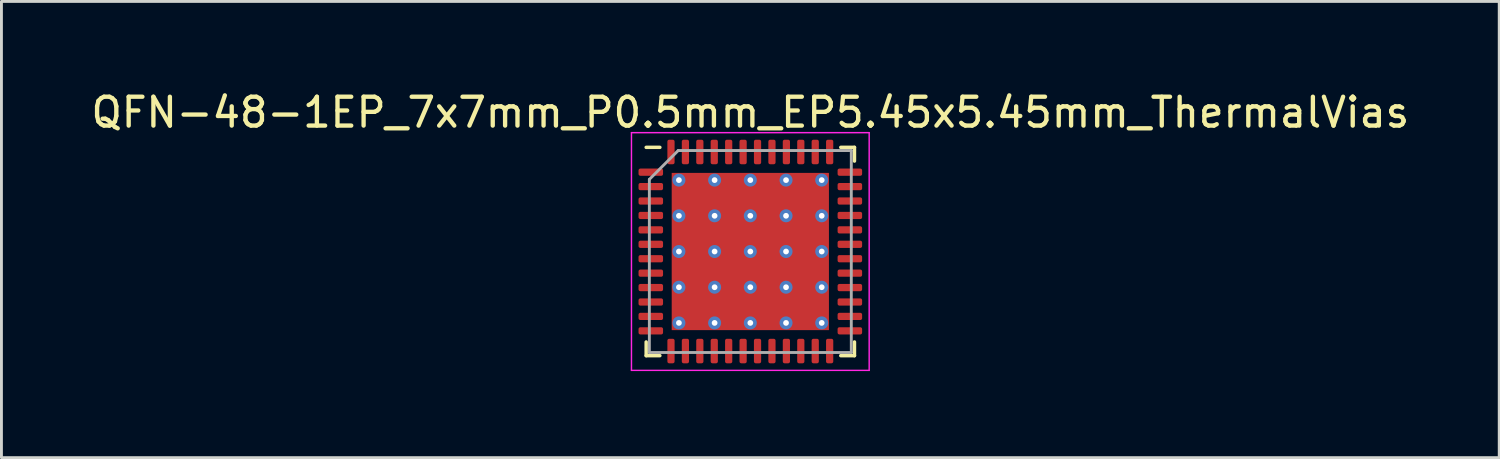
<source format=kicad_pcb>
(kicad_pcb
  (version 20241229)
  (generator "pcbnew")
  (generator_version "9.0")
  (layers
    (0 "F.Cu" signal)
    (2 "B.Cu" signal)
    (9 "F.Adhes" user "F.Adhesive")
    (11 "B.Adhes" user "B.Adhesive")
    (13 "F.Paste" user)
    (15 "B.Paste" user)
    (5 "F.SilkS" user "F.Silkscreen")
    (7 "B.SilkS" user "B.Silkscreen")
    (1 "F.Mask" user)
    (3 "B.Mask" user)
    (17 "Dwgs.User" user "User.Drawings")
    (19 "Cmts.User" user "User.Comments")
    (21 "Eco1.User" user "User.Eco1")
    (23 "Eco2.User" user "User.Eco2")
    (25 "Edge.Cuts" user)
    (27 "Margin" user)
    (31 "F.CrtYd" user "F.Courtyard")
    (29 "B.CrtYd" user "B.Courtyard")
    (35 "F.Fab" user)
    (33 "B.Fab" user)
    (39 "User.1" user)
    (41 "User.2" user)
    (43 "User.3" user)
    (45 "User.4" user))
  (footprint "QFN-48-1EP_7x7mm_P0.5mm_EP5.45x5.45mm_ThermalVias"
    (layer "F.Cu")
    (at 22.958 5.668)
    (property "Reference" "QFN-48-1EP_7x7mm_P0.5mm_EP5.45x5.45mm_ThermalVias" (at 0 -4.82 0) (layer "F.SilkS") (effects (font (size 1 1) (thickness 0.15))))
    (attr smd)
    (fp_line (start -3.61 3.61) (end -3.61 3.135) (stroke (width 0.12) (type solid)) (layer "F.SilkS"))
    (fp_line (start -3.135 -3.61) (end -3.61 -3.61) (stroke (width 0.12) (type solid)) (layer "F.SilkS"))
    (fp_line (start -3.135 3.61) (end -3.61 3.61) (stroke (width 0.12) (type solid)) (layer "F.SilkS"))
    (fp_line (start 3.135 -3.61) (end 3.61 -3.61) (stroke (width 0.12) (type solid)) (layer "F.SilkS"))
    (fp_line (start 3.135 3.61) (end 3.61 3.61) (stroke (width 0.12) (type solid)) (layer "F.SilkS"))
    (fp_line (start 3.61 -3.61) (end 3.61 -3.135) (stroke (width 0.12) (type solid)) (layer "F.SilkS"))
    (fp_line (start 3.61 3.61) (end 3.61 3.135) (stroke (width 0.12) (type solid)) (layer "F.SilkS"))
    (fp_line (start -4.12 -4.12) (end -4.12 4.12) (stroke (width 0.05) (type solid)) (layer "F.CrtYd"))
    (fp_line (start -4.12 4.12) (end 4.12 4.12) (stroke (width 0.05) (type solid)) (layer "F.CrtYd"))
    (fp_line (start 4.12 -4.12) (end -4.12 -4.12) (stroke (width 0.05) (type solid)) (layer "F.CrtYd"))
    (fp_line (start 4.12 4.12) (end 4.12 -4.12) (stroke (width 0.05) (type solid)) (layer "F.CrtYd"))
    (fp_line (start -3.5 -2.5) (end -2.5 -3.5) (stroke (width 0.1) (type solid)) (layer "F.Fab"))
    (fp_line (start -3.5 3.5) (end -3.5 -2.5) (stroke (width 0.1) (type solid)) (layer "F.Fab"))
    (fp_line (start -2.5 -3.5) (end 3.5 -3.5) (stroke (width 0.1) (type solid)) (layer "F.Fab"))
    (fp_line (start 3.5 -3.5) (end 3.5 3.5) (stroke (width 0.1) (type solid)) (layer "F.Fab"))
    (fp_line (start 3.5 3.5) (end -3.5 3.5) (stroke (width 0.1) (type solid)) (layer "F.Fab"))
    (pad "" smd roundrect (at -1.856 -1.856) (size 0.95 0.95) (layers "F.Paste") (roundrect_rratio 0.1))
    (pad "" smd roundrect (at -1.856 -0.619) (size 0.95 0.95) (layers "F.Paste") (roundrect_rratio 0.1))
    (pad "" smd roundrect (at -1.856 0.619) (size 0.95 0.95) (layers "F.Paste") (roundrect_rratio 0.1))
    (pad "" smd roundrect (at -1.856 1.856) (size 0.95 0.95) (layers "F.Paste") (roundrect_rratio 0.1))
    (pad "" smd roundrect (at -0.619 -1.856) (size 0.95 0.95) (layers "F.Paste") (roundrect_rratio 0.1))
    (pad "" smd roundrect (at -0.619 -0.619) (size 0.95 0.95) (layers "F.Paste") (roundrect_rratio 0.1))
    (pad "" smd roundrect (at -0.619 0.619) (size 0.95 0.95) (layers "F.Paste") (roundrect_rratio 0.1))
    (pad "" smd roundrect (at -0.619 1.856) (size 0.95 0.95) (layers "F.Paste") (roundrect_rratio 0.1))
    (pad "" smd roundrect (at 0.619 -1.856) (size 0.95 0.95) (layers "F.Paste") (roundrect_rratio 0.1))
    (pad "" smd roundrect (at 0.619 -0.619) (size 0.95 0.95) (layers "F.Paste") (roundrect_rratio 0.1))
    (pad "" smd roundrect (at 0.619 0.619) (size 0.95 0.95) (layers "F.Paste") (roundrect_rratio 0.1))
    (pad "" smd roundrect (at 0.619 1.856) (size 0.95 0.95) (layers "F.Paste") (roundrect_rratio 0.1))
    (pad "" smd roundrect (at 1.856 -1.856) (size 0.95 0.95) (layers "F.Paste") (roundrect_rratio 0.1))
    (pad "" smd roundrect (at 1.856 -0.619) (size 0.95 0.95) (layers "F.Paste") (roundrect_rratio 0.1))
    (pad "" smd roundrect (at 1.856 0.619) (size 0.95 0.95) (layers "F.Paste") (roundrect_rratio 0.1))
    (pad "" smd roundrect (at 1.856 1.856) (size 0.95 0.95) (layers "F.Paste") (roundrect_rratio 0.1))
    (pad "1" smd roundrect (at -3.45 -2.75) (size 0.85 0.25) (layers "F.Cu" "F.Mask" "F.Paste") (roundrect_rratio 0.25))
    (pad "2" smd roundrect (at -3.45 -2.25) (size 0.85 0.25) (layers "F.Cu" "F.Mask" "F.Paste") (roundrect_rratio 0.25))
    (pad "3" smd roundrect (at -3.45 -1.75) (size 0.85 0.25) (layers "F.Cu" "F.Mask" "F.Paste") (roundrect_rratio 0.25))
    (pad "4" smd roundrect (at -3.45 -1.25) (size 0.85 0.25) (layers "F.Cu" "F.Mask" "F.Paste") (roundrect_rratio 0.25))
    (pad "5" smd roundrect (at -3.45 -0.75) (size 0.85 0.25) (layers "F.Cu" "F.Mask" "F.Paste") (roundrect_rratio 0.25))
    (pad "6" smd roundrect (at -3.45 -0.25) (size 0.85 0.25) (layers "F.Cu" "F.Mask" "F.Paste") (roundrect_rratio 0.25))
    (pad "7" smd roundrect (at -3.45 0.25) (size 0.85 0.25) (layers "F.Cu" "F.Mask" "F.Paste") (roundrect_rratio 0.25))
    (pad "8" smd roundrect (at -3.45 0.75) (size 0.85 0.25) (layers "F.Cu" "F.Mask" "F.Paste") (roundrect_rratio 0.25))
    (pad "9" smd roundrect (at -3.45 1.25) (size 0.85 0.25) (layers "F.Cu" "F.Mask" "F.Paste") (roundrect_rratio 0.25))
    (pad "10" smd roundrect (at -3.45 1.75) (size 0.85 0.25) (layers "F.Cu" "F.Mask" "F.Paste") (roundrect_rratio 0.25))
    (pad "11" smd roundrect (at -3.45 2.25) (size 0.85 0.25) (layers "F.Cu" "F.Mask" "F.Paste") (roundrect_rratio 0.25))
    (pad "12" smd roundrect (at -3.45 2.75) (size 0.85 0.25) (layers "F.Cu" "F.Mask" "F.Paste") (roundrect_rratio 0.25))
    (pad "13" smd roundrect (at -2.75 3.45) (size 0.25 0.85) (layers "F.Cu" "F.Mask" "F.Paste") (roundrect_rratio 0.25))
    (pad "14" smd roundrect (at -2.25 3.45) (size 0.25 0.85) (layers "F.Cu" "F.Mask" "F.Paste") (roundrect_rratio 0.25))
    (pad "15" smd roundrect (at -1.75 3.45) (size 0.25 0.85) (layers "F.Cu" "F.Mask" "F.Paste") (roundrect_rratio 0.25))
    (pad "16" smd roundrect (at -1.25 3.45) (size 0.25 0.85) (layers "F.Cu" "F.Mask" "F.Paste") (roundrect_rratio 0.25))
    (pad "17" smd roundrect (at -0.75 3.45) (size 0.25 0.85) (layers "F.Cu" "F.Mask" "F.Paste") (roundrect_rratio 0.25))
    (pad "18" smd roundrect (at -0.25 3.45) (size 0.25 0.85) (layers "F.Cu" "F.Mask" "F.Paste") (roundrect_rratio 0.25))
    (pad "19" smd roundrect (at 0.25 3.45) (size 0.25 0.85) (layers "F.Cu" "F.Mask" "F.Paste") (roundrect_rratio 0.25))
    (pad "20" smd roundrect (at 0.75 3.45) (size 0.25 0.85) (layers "F.Cu" "F.Mask" "F.Paste") (roundrect_rratio 0.25))
    (pad "21" smd roundrect (at 1.25 3.45) (size 0.25 0.85) (layers "F.Cu" "F.Mask" "F.Paste") (roundrect_rratio 0.25))
    (pad "22" smd roundrect (at 1.75 3.45) (size 0.25 0.85) (layers "F.Cu" "F.Mask" "F.Paste") (roundrect_rratio 0.25))
    (pad "23" smd roundrect (at 2.25 3.45) (size 0.25 0.85) (layers "F.Cu" "F.Mask" "F.Paste") (roundrect_rratio 0.25))
    (pad "24" smd roundrect (at 2.75 3.45) (size 0.25 0.85) (layers "F.Cu" "F.Mask" "F.Paste") (roundrect_rratio 0.25))
    (pad "25" smd roundrect (at 3.45 2.75) (size 0.85 0.25) (layers "F.Cu" "F.Mask" "F.Paste") (roundrect_rratio 0.25))
    (pad "26" smd roundrect (at 3.45 2.25) (size 0.85 0.25) (layers "F.Cu" "F.Mask" "F.Paste") (roundrect_rratio 0.25))
    (pad "27" smd roundrect (at 3.45 1.75) (size 0.85 0.25) (layers "F.Cu" "F.Mask" "F.Paste") (roundrect_rratio 0.25))
    (pad "28" smd roundrect (at 3.45 1.25) (size 0.85 0.25) (layers "F.Cu" "F.Mask" "F.Paste") (roundrect_rratio 0.25))
    (pad "29" smd roundrect (at 3.45 0.75) (size 0.85 0.25) (layers "F.Cu" "F.Mask" "F.Paste") (roundrect_rratio 0.25))
    (pad "30" smd roundrect (at 3.45 0.25) (size 0.85 0.25) (layers "F.Cu" "F.Mask" "F.Paste") (roundrect_rratio 0.25))
    (pad "31" smd roundrect (at 3.45 -0.25) (size 0.85 0.25) (layers "F.Cu" "F.Mask" "F.Paste") (roundrect_rratio 0.25))
    (pad "32" smd roundrect (at 3.45 -0.75) (size 0.85 0.25) (layers "F.Cu" "F.Mask" "F.Paste") (roundrect_rratio 0.25))
    (pad "33" smd roundrect (at 3.45 -1.25) (size 0.85 0.25) (layers "F.Cu" "F.Mask" "F.Paste") (roundrect_rratio 0.25))
    (pad "34" smd roundrect (at 3.45 -1.75) (size 0.85 0.25) (layers "F.Cu" "F.Mask" "F.Paste") (roundrect_rratio 0.25))
    (pad "35" smd roundrect (at 3.45 -2.25) (size 0.85 0.25) (layers "F.Cu" "F.Mask" "F.Paste") (roundrect_rratio 0.25))
    (pad "36" smd roundrect (at 3.45 -2.75) (size 0.85 0.25) (layers "F.Cu" "F.Mask" "F.Paste") (roundrect_rratio 0.25))
    (pad "37" smd roundrect (at 2.75 -3.45) (size 0.25 0.85) (layers "F.Cu" "F.Mask" "F.Paste") (roundrect_rratio 0.25))
    (pad "38" smd roundrect (at 2.25 -3.45) (size 0.25 0.85) (layers "F.Cu" "F.Mask" "F.Paste") (roundrect_rratio 0.25))
    (pad "39" smd roundrect (at 1.75 -3.45) (size 0.25 0.85) (layers "F.Cu" "F.Mask" "F.Paste") (roundrect_rratio 0.25))
    (pad "40" smd roundrect (at 1.25 -3.45) (size 0.25 0.85) (layers "F.Cu" "F.Mask" "F.Paste") (roundrect_rratio 0.25))
    (pad "41" smd roundrect (at 0.75 -3.45) (size 0.25 0.85) (layers "F.Cu" "F.Mask" "F.Paste") (roundrect_rratio 0.25))
    (pad "42" smd roundrect (at 0.25 -3.45) (size 0.25 0.85) (layers "F.Cu" "F.Mask" "F.Paste") (roundrect_rratio 0.25))
    (pad "43" smd roundrect (at -0.25 -3.45) (size 0.25 0.85) (layers "F.Cu" "F.Mask" "F.Paste") (roundrect_rratio 0.25))
    (pad "44" smd roundrect (at -0.75 -3.45) (size 0.25 0.85) (layers "F.Cu" "F.Mask" "F.Paste") (roundrect_rratio 0.25))
    (pad "45" smd roundrect (at -1.25 -3.45) (size 0.25 0.85) (layers "F.Cu" "F.Mask" "F.Paste") (roundrect_rratio 0.25))
    (pad "46" smd roundrect (at -1.75 -3.45) (size 0.25 0.85) (layers "F.Cu" "F.Mask" "F.Paste") (roundrect_rratio 0.25))
    (pad "47" smd roundrect (at -2.25 -3.45) (size 0.25 0.85) (layers "F.Cu" "F.Mask" "F.Paste") (roundrect_rratio 0.25))
    (pad "48" smd roundrect (at -2.75 -3.45) (size 0.25 0.85) (layers "F.Cu" "F.Mask" "F.Paste") (roundrect_rratio 0.25))
    (pad "49" thru_hole circle (at -2.475 -2.475) (size 0.45 0.45) (drill 0.2) (property pad_prop_heatsink) (layers "*.Cu") (remove_unused_layers yes) (keep_end_layers yes) (zone_layer_connections))
    (pad "49" thru_hole circle (at -2.475 -1.238) (size 0.45 0.45) (drill 0.2) (property pad_prop_heatsink) (layers "*.Cu") (remove_unused_layers yes) (keep_end_layers yes) (zone_layer_connections))
    (pad "49" thru_hole circle (at -2.475 0) (size 0.45 0.45) (drill 0.2) (property pad_prop_heatsink) (layers "*.Cu") (remove_unused_layers yes) (keep_end_layers yes) (zone_layer_connections))
    (pad "49" thru_hole circle (at -2.475 1.238) (size 0.45 0.45) (drill 0.2) (property pad_prop_heatsink) (layers "*.Cu") (remove_unused_layers yes) (keep_end_layers yes) (zone_layer_connections))
    (pad "49" thru_hole circle (at -2.475 2.475) (size 0.45 0.45) (drill 0.2) (property pad_prop_heatsink) (layers "*.Cu") (remove_unused_layers yes) (keep_end_layers yes) (zone_layer_connections))
    (pad "49" thru_hole circle (at -1.238 -2.475) (size 0.45 0.45) (drill 0.2) (property pad_prop_heatsink) (layers "*.Cu") (remove_unused_layers yes) (keep_end_layers yes) (zone_layer_connections))
    (pad "49" thru_hole circle (at -1.238 -1.238) (size 0.45 0.45) (drill 0.2) (property pad_prop_heatsink) (layers "*.Cu") (remove_unused_layers yes) (keep_end_layers yes) (zone_layer_connections))
    (pad "49" thru_hole circle (at -1.238 0) (size 0.45 0.45) (drill 0.2) (property pad_prop_heatsink) (layers "*.Cu") (remove_unused_layers yes) (keep_end_layers yes) (zone_layer_connections))
    (pad "49" thru_hole circle (at -1.238 1.238) (size 0.45 0.45) (drill 0.2) (property pad_prop_heatsink) (layers "*.Cu") (remove_unused_layers yes) (keep_end_layers yes) (zone_layer_connections))
    (pad "49" thru_hole circle (at -1.238 2.475) (size 0.45 0.45) (drill 0.2) (property pad_prop_heatsink) (layers "*.Cu") (remove_unused_layers yes) (keep_end_layers yes) (zone_layer_connections))
    (pad "49" thru_hole circle (at 0 -2.475) (size 0.45 0.45) (drill 0.2) (property pad_prop_heatsink) (layers "*.Cu") (remove_unused_layers yes) (keep_end_layers yes) (zone_layer_connections))
    (pad "49" thru_hole circle (at 0 -1.238) (size 0.45 0.45) (drill 0.2) (property pad_prop_heatsink) (layers "*.Cu") (remove_unused_layers yes) (keep_end_layers yes) (zone_layer_connections))
    (pad "49" thru_hole circle (at 0 0) (size 0.45 0.45) (drill 0.2) (property pad_prop_heatsink) (layers "*.Cu") (remove_unused_layers yes) (keep_end_layers yes) (zone_layer_connections))
    (pad "49" smd custom (at 0 0) (size 5.45 5.45) (layers "F.Cu" "F.Mask") (options (anchor rect)) (primitives (gr_bbox (start -0.75 -0.75) (end 0.75 0.75) (fill no))))
    (pad "49" thru_hole circle (at 0 1.238) (size 0.45 0.45) (drill 0.2) (property pad_prop_heatsink) (layers "*.Cu") (remove_unused_layers yes) (keep_end_layers yes) (zone_layer_connections))
    (pad "49" thru_hole circle (at 0 2.475) (size 0.45 0.45) (drill 0.2) (property pad_prop_heatsink) (layers "*.Cu") (remove_unused_layers yes) (keep_end_layers yes) (zone_layer_connections))
    (pad "49" thru_hole circle (at 1.238 -2.475) (size 0.45 0.45) (drill 0.2) (property pad_prop_heatsink) (layers "*.Cu") (remove_unused_layers yes) (keep_end_layers yes) (zone_layer_connections))
    (pad "49" thru_hole circle (at 1.238 -1.238) (size 0.45 0.45) (drill 0.2) (property pad_prop_heatsink) (layers "*.Cu") (remove_unused_layers yes) (keep_end_layers yes) (zone_layer_connections))
    (pad "49" thru_hole circle (at 1.238 0) (size 0.45 0.45) (drill 0.2) (property pad_prop_heatsink) (layers "*.Cu") (remove_unused_layers yes) (keep_end_layers yes) (zone_layer_connections))
    (pad "49" thru_hole circle (at 1.238 1.238) (size 0.45 0.45) (drill 0.2) (property pad_prop_heatsink) (layers "*.Cu") (remove_unused_layers yes) (keep_end_layers yes) (zone_layer_connections))
    (pad "49" thru_hole circle (at 1.238 2.475) (size 0.45 0.45) (drill 0.2) (property pad_prop_heatsink) (layers "*.Cu") (remove_unused_layers yes) (keep_end_layers yes) (zone_layer_connections))
    (pad "49" thru_hole circle (at 2.475 -2.475) (size 0.45 0.45) (drill 0.2) (property pad_prop_heatsink) (layers "*.Cu") (remove_unused_layers yes) (keep_end_layers yes) (zone_layer_connections))
    (pad "49" thru_hole circle (at 2.475 -1.238) (size 0.45 0.45) (drill 0.2) (property pad_prop_heatsink) (layers "*.Cu") (remove_unused_layers yes) (keep_end_layers yes) (zone_layer_connections))
    (pad "49" thru_hole circle (at 2.475 0) (size 0.45 0.45) (drill 0.2) (property pad_prop_heatsink) (layers "*.Cu") (remove_unused_layers yes) (keep_end_layers yes) (zone_layer_connections))
    (pad "49" thru_hole circle (at 2.475 1.238) (size 0.45 0.45) (drill 0.2) (property pad_prop_heatsink) (layers "*.Cu") (remove_unused_layers yes) (keep_end_layers yes) (zone_layer_connections))
    (pad "49" thru_hole circle (at 2.475 2.475) (size 0.45 0.45) (drill 0.2) (property pad_prop_heatsink) (layers "*.Cu") (remove_unused_layers yes) (keep_end_layers yes) (zone_layer_connections)))
  (gr_rect
    (start -3 -3)
    (end 48.917 12.813)
    (stroke (width 0.1) (type default))
    (fill no)
    (layer "Edge.Cuts")))
</source>
